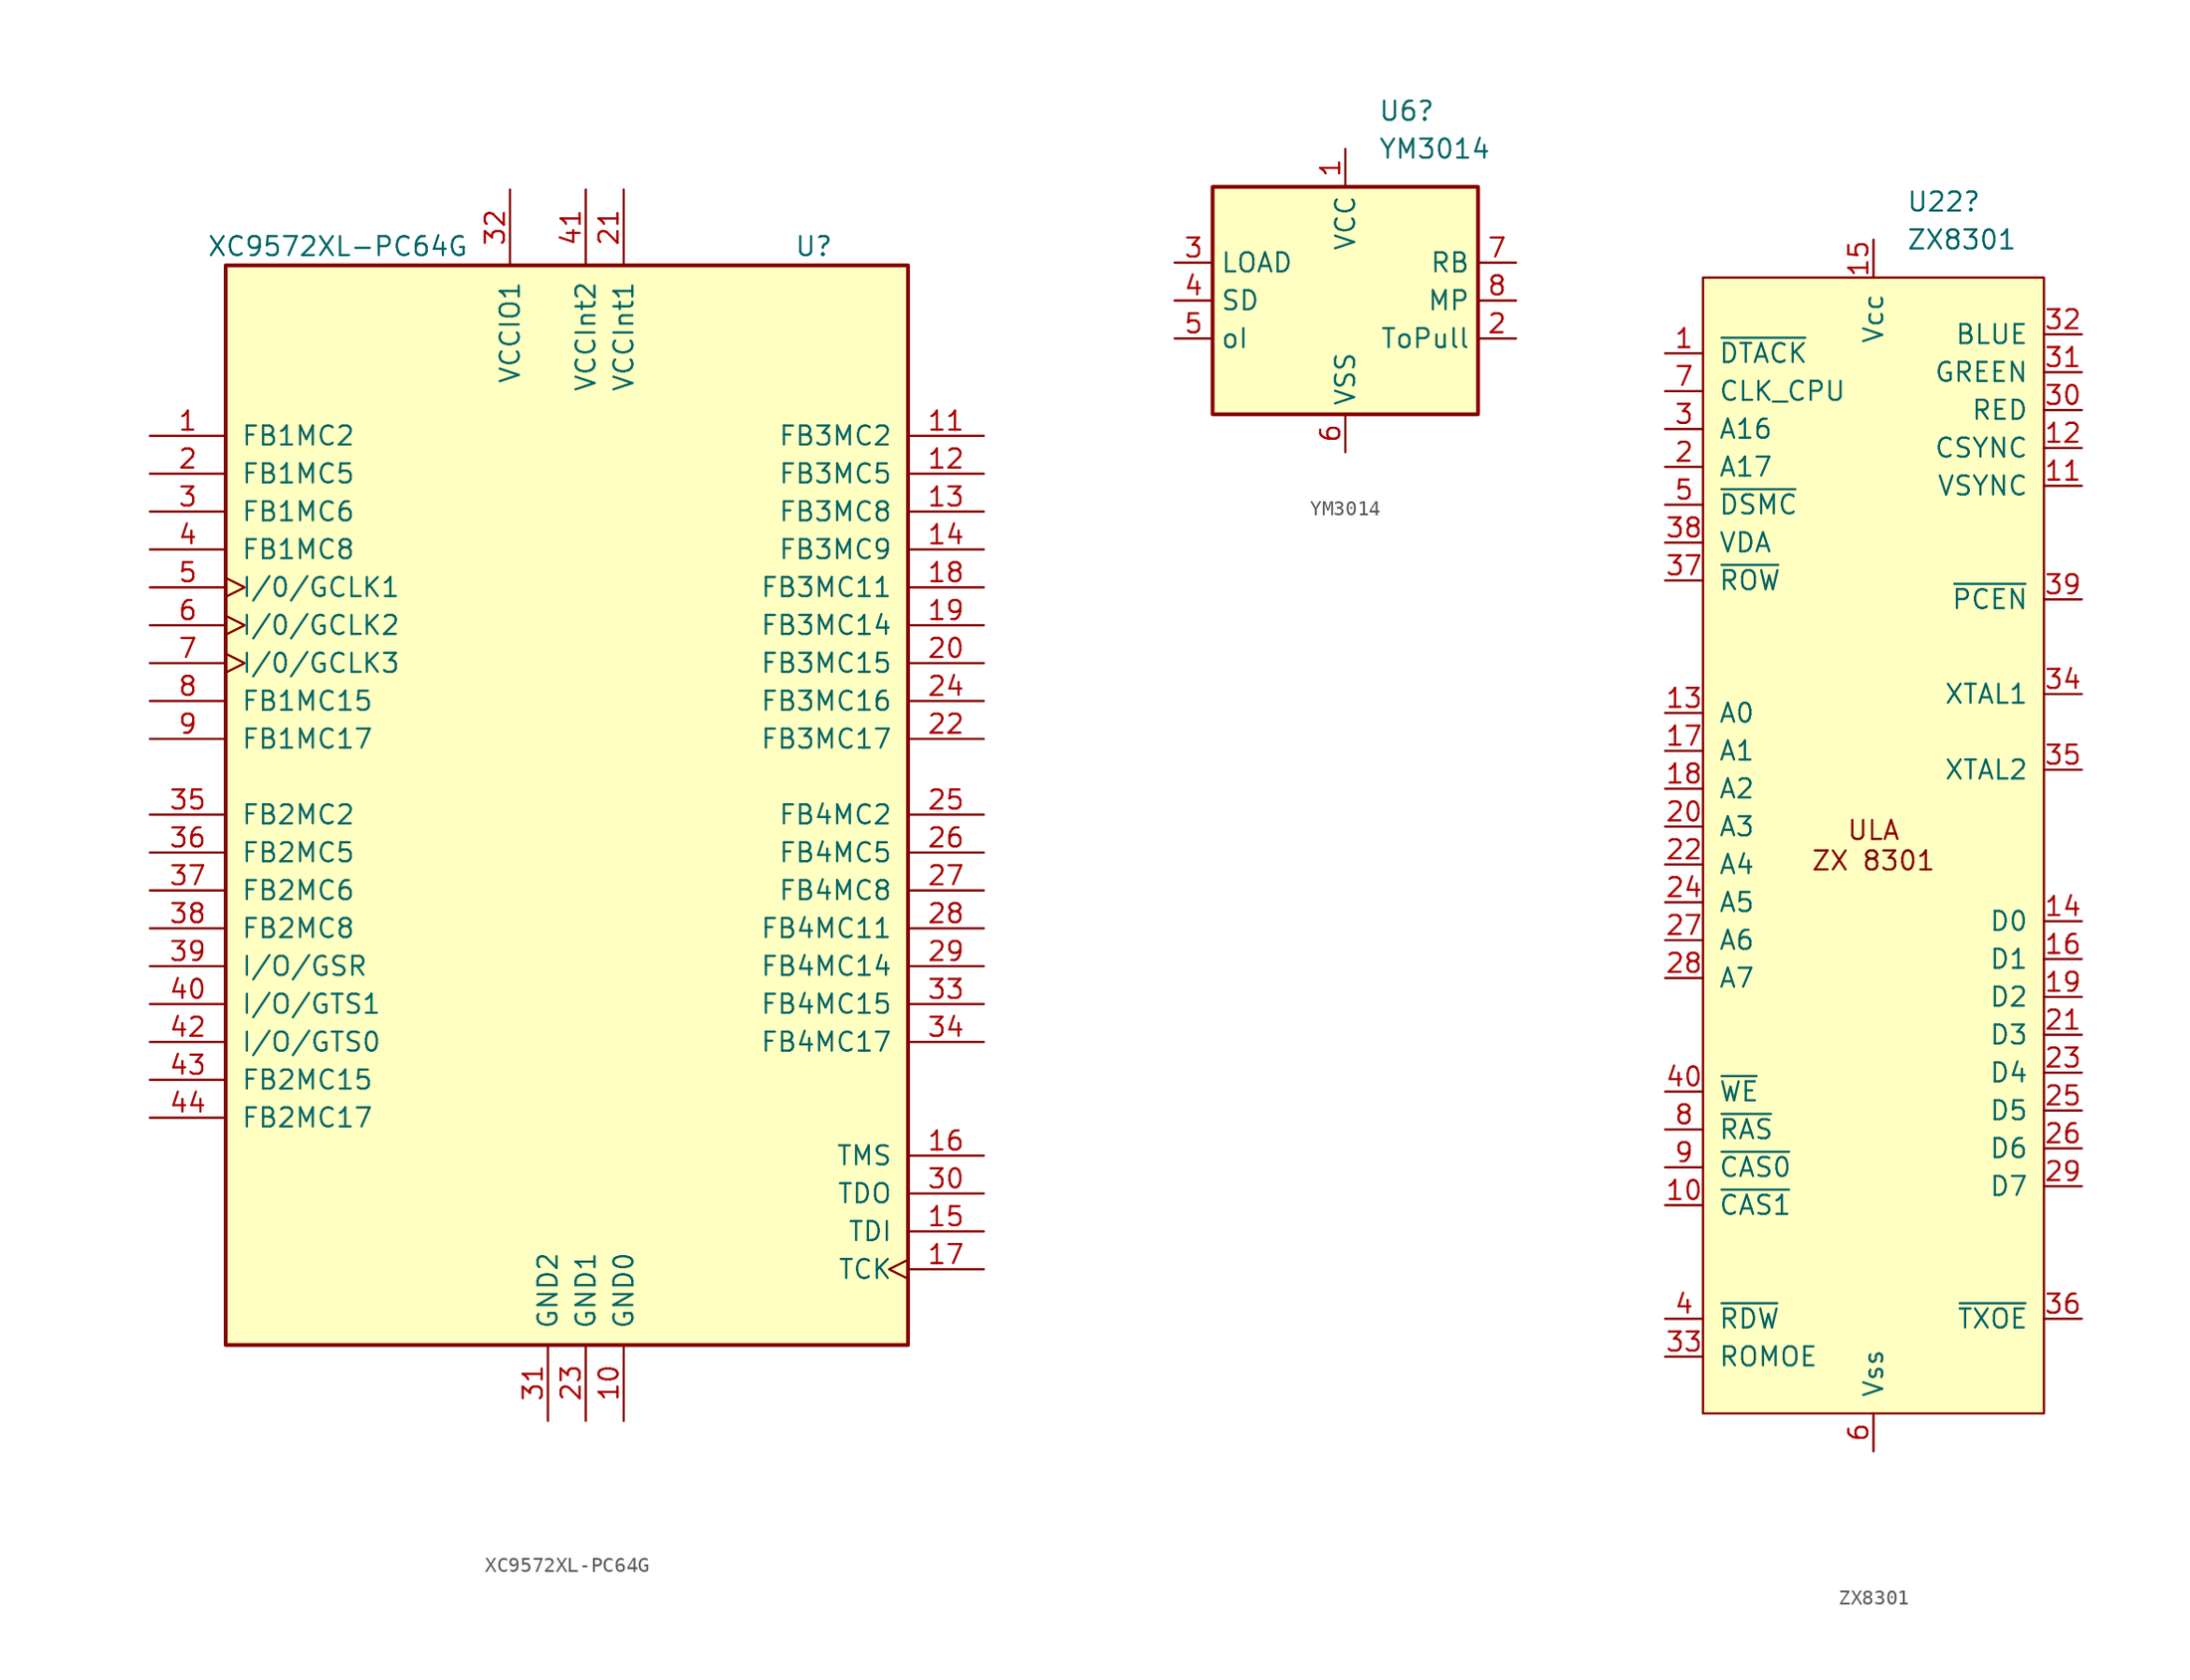
<source format=kicad_sym>
(kicad_symbol_lib
  (version 20241209)
  (generator "kicad_symbol_editor")
  (generator_version "9.0")
  (symbol "XC9572XL-PC64G"
    (pin_names
      (offset 1.016))
    (property "Reference" "U"
      (at 15.24 35.56 0)
      (effects (font (size 1.27 1.27)) (justify left)))
    (property "Value" "XC9572XL-PC64G"
      (at -24.13 35.56 0)
      (effects (font (size 1.27 1.27)) (justify left)))
    (symbol "XC9572XL-PC64G_1_1"
      (rectangle (start -22.86 34.29) (end 22.86 -38.1) (stroke (width 0.254) (type default)) (fill (type background)))
      (pin bidirectional line (at -27.94 22.86 0) (length 5.08) (name "FB1MC2" (effects (font (size 1.27 1.27)))) (number "1" (effects (font (size 1.27 1.27)))))
      (pin bidirectional line (at -27.94 20.32 0) (length 5.08) (name "FB1MC5" (effects (font (size 1.27 1.27)))) (number "2" (effects (font (size 1.27 1.27)))))
      (pin bidirectional line (at -27.94 17.78 0) (length 5.08) (name "FB1MC6" (effects (font (size 1.27 1.27)))) (number "3" (effects (font (size 1.27 1.27)))))
      (pin bidirectional line (at -27.94 15.24 0) (length 5.08) (name "FB1MC8" (effects (font (size 1.27 1.27)))) (number "4" (effects (font (size 1.27 1.27)))))
      (pin bidirectional clock (at -27.94 12.7 0) (length 5.08) (name "I/0/GCLK1" (effects (font (size 1.27 1.27)))) (number "5" (effects (font (size 1.27 1.27)))))
      (pin bidirectional clock (at -27.94 10.16 0) (length 5.08) (name "I/0/GCLK2" (effects (font (size 1.27 1.27)))) (number "6" (effects (font (size 1.27 1.27)))))
      (pin bidirectional clock (at -27.94 7.62 0) (length 5.08) (name "I/0/GCLK3" (effects (font (size 1.27 1.27)))) (number "7" (effects (font (size 1.27 1.27)))))
      (pin bidirectional line (at -27.94 5.08 0) (length 5.08) (name "FB1MC15" (effects (font (size 1.27 1.27)))) (number "8" (effects (font (size 1.27 1.27)))))
      (pin bidirectional line (at -27.94 2.54 0) (length 5.08) (name "FB1MC17" (effects (font (size 1.27 1.27)))) (number "9" (effects (font (size 1.27 1.27)))))
      (pin bidirectional line (at -27.94 -2.54 0) (length 5.08) (name "FB2MC2" (effects (font (size 1.27 1.27)))) (number "35" (effects (font (size 1.27 1.27)))))
      (pin bidirectional line (at -27.94 -5.08 0) (length 5.08) (name "FB2MC5" (effects (font (size 1.27 1.27)))) (number "36" (effects (font (size 1.27 1.27)))))
      (pin bidirectional line (at -27.94 -7.62 0) (length 5.08) (name "FB2MC6" (effects (font (size 1.27 1.27)))) (number "37" (effects (font (size 1.27 1.27)))))
      (pin bidirectional line (at -27.94 -10.16 0) (length 5.08) (name "FB2MC8" (effects (font (size 1.27 1.27)))) (number "38" (effects (font (size 1.27 1.27)))))
      (pin bidirectional line (at -27.94 -12.7 0) (length 5.08) (name "I/O/GSR" (effects (font (size 1.27 1.27)))) (number "39" (effects (font (size 1.27 1.27)))))
      (pin bidirectional line (at -27.94 -15.24 0) (length 5.08) (name "I/O/GTS1" (effects (font (size 1.27 1.27)))) (number "40" (effects (font (size 1.27 1.27)))))
      (pin bidirectional line (at -27.94 -17.78 0) (length 5.08) (name "I/O/GTS0" (effects (font (size 1.27 1.27)))) (number "42" (effects (font (size 1.27 1.27)))))
      (pin bidirectional line (at -27.94 -20.32 0) (length 5.08) (name "FB2MC15" (effects (font (size 1.27 1.27)))) (number "43" (effects (font (size 1.27 1.27)))))
      (pin bidirectional line (at -27.94 -22.86 0) (length 5.08) (name "FB2MC17" (effects (font (size 1.27 1.27)))) (number "44" (effects (font (size 1.27 1.27)))))
      (pin power_in line (at -3.81 39.37 270) (length 5.08) (name "VCCIO1" (effects (font (size 1.27 1.27)))) (number "32" (effects (font (size 1.27 1.27)))))
      (pin power_in line (at -1.27 -43.18 90) (length 5.08) (name "GND2" (effects (font (size 1.27 1.27)))) (number "31" (effects (font (size 1.27 1.27)))))
      (pin power_in line (at 1.27 39.37 270) (length 5.08) (name "VCCInt2" (effects (font (size 1.27 1.27)))) (number "41" (effects (font (size 1.27 1.27)))))
      (pin power_in line (at 1.27 -43.18 90) (length 5.08) (name "GND1" (effects (font (size 1.27 1.27)))) (number "23" (effects (font (size 1.27 1.27)))))
      (pin power_in line (at 3.81 39.37 270) (length 5.08) (name "VCCInt1" (effects (font (size 1.27 1.27)))) (number "21" (effects (font (size 1.27 1.27)))))
      (pin power_in line (at 3.81 -43.18 90) (length 5.08) (name "GND0" (effects (font (size 1.27 1.27)))) (number "10" (effects (font (size 1.27 1.27)))))
      (pin bidirectional line (at 27.94 22.86 180) (length 5.08) (name "FB3MC2" (effects (font (size 1.27 1.27)))) (number "11" (effects (font (size 1.27 1.27)))))
      (pin bidirectional line (at 27.94 20.32 180) (length 5.08) (name "FB3MC5" (effects (font (size 1.27 1.27)))) (number "12" (effects (font (size 1.27 1.27)))))
      (pin bidirectional line (at 27.94 17.78 180) (length 5.08) (name "FB3MC8" (effects (font (size 1.27 1.27)))) (number "13" (effects (font (size 1.27 1.27)))))
      (pin bidirectional line (at 27.94 15.24 180) (length 5.08) (name "FB3MC9" (effects (font (size 1.27 1.27)))) (number "14" (effects (font (size 1.27 1.27)))))
      (pin bidirectional line (at 27.94 12.7 180) (length 5.08) (name "FB3MC11" (effects (font (size 1.27 1.27)))) (number "18" (effects (font (size 1.27 1.27)))))
      (pin bidirectional line (at 27.94 10.16 180) (length 5.08) (name "FB3MC14" (effects (font (size 1.27 1.27)))) (number "19" (effects (font (size 1.27 1.27)))))
      (pin bidirectional line (at 27.94 7.62 180) (length 5.08) (name "FB3MC15" (effects (font (size 1.27 1.27)))) (number "20" (effects (font (size 1.27 1.27)))))
      (pin bidirectional line (at 27.94 5.08 180) (length 5.08) (name "FB3MC16" (effects (font (size 1.27 1.27)))) (number "24" (effects (font (size 1.27 1.27)))))
      (pin bidirectional line (at 27.94 2.54 180) (length 5.08) (name "FB3MC17" (effects (font (size 1.27 1.27)))) (number "22" (effects (font (size 1.27 1.27)))))
      (pin bidirectional line (at 27.94 -2.54 180) (length 5.08) (name "FB4MC2" (effects (font (size 1.27 1.27)))) (number "25" (effects (font (size 1.27 1.27)))))
      (pin bidirectional line (at 27.94 -5.08 180) (length 5.08) (name "FB4MC5" (effects (font (size 1.27 1.27)))) (number "26" (effects (font (size 1.27 1.27)))))
      (pin bidirectional line (at 27.94 -7.62 180) (length 5.08) (name "FB4MC8" (effects (font (size 1.27 1.27)))) (number "27" (effects (font (size 1.27 1.27)))))
      (pin bidirectional line (at 27.94 -10.16 180) (length 5.08) (name "FB4MC11" (effects (font (size 1.27 1.27)))) (number "28" (effects (font (size 1.27 1.27)))))
      (pin bidirectional line (at 27.94 -12.7 180) (length 5.08) (name "FB4MC14" (effects (font (size 1.27 1.27)))) (number "29" (effects (font (size 1.27 1.27)))))
      (pin bidirectional line (at 27.94 -15.24 180) (length 5.08) (name "FB4MC15" (effects (font (size 1.27 1.27)))) (number "33" (effects (font (size 1.27 1.27)))))
      (pin bidirectional line (at 27.94 -17.78 180) (length 5.08) (name "FB4MC17" (effects (font (size 1.27 1.27)))) (number "34" (effects (font (size 1.27 1.27)))))
      (pin bidirectional line (at 27.94 -25.4 180) (length 5.08) (name "TMS" (effects (font (size 1.27 1.27)))) (number "16" (effects (font (size 1.27 1.27)))))
      (pin bidirectional line (at 27.94 -27.94 180) (length 5.08) (name "TDO" (effects (font (size 1.27 1.27)))) (number "30" (effects (font (size 1.27 1.27)))))
      (pin bidirectional line (at 27.94 -30.48 180) (length 5.08) (name "TDI" (effects (font (size 1.27 1.27)))) (number "15" (effects (font (size 1.27 1.27)))))
      (pin bidirectional clock (at 27.94 -33.02 180) (length 5.08) (name "TCK" (effects (font (size 1.27 1.27)))) (number "17" (effects (font (size 1.27 1.27)))))))
  (symbol "YM3014"
    (property "Reference" "U6"
      (at 2.194 12.7 0)
      (effects (font (size 1.27 1.27)) (justify left)))
    (property "Value" "YM3014"
      (at 2.194 10.16 0)
      (effects (font (size 1.27 1.27)) (justify left)))
    (symbol "YM3014_0_1"
      (rectangle (start -8.89 7.62) (end 8.89 -7.62) (stroke (width 0.254) (type default)) (fill (type background))))
    (symbol "YM3014_1_1"
      (pin input line (at -11.43 2.54 0) (length 2.54) (name "LOAD" (effects (font (size 1.27 1.27)))) (number "3" (effects (font (size 1.27 1.27)))))
      (pin input line (at -11.43 0 0) (length 2.54) (name "SD" (effects (font (size 1.27 1.27)))) (number "4" (effects (font (size 1.27 1.27)))))
      (pin input line (at -11.43 -2.54 0) (length 2.54) (name "oI" (effects (font (size 1.27 1.27)))) (number "5" (effects (font (size 1.27 1.27)))))
      (pin power_in line (at 0 10.16 270) (length 2.54) (name "VCC" (effects (font (size 1.27 1.27)))) (number "1" (effects (font (size 1.27 1.27)))))
      (pin power_in line (at 0 -10.16 90) (length 2.54) (name "VSS" (effects (font (size 1.27 1.27)))) (number "6" (effects (font (size 1.27 1.27)))))
      (pin output line (at 11.43 2.54 180) (length 2.54) (name "RB" (effects (font (size 1.27 1.27)))) (number "7" (effects (font (size 1.27 1.27)))))
      (pin output line (at 11.43 0 180) (length 2.54) (name "MP" (effects (font (size 1.27 1.27)))) (number "8" (effects (font (size 1.27 1.27)))))
      (pin output line (at 11.43 -2.54 180) (length 2.54) (name "ToPull" (effects (font (size 1.27 1.27)))) (number "2" (effects (font (size 1.27 1.27)))))))
  (symbol "ZX8301"
    (pin_names
      (offset 1.016))
    (property "Reference" "U22"
      (at 2.194 41.91 0)
      (effects (font (size 1.27 1.27)) (justify left)))
    (property "Value" "ZX8301"
      (at 2.194 39.37 0)
      (effects (font (size 1.27 1.27)) (justify left)))
    (symbol "ZX8301_0_1"
      (rectangle (start -11.43 36.83) (end 11.43 -39.37) (stroke (width 0) (type default)) (fill (type background))))
    (symbol "ZX8301_1_1"
      (text "ULA\nZX 8301" (at 0 -1.27 0) (effects (font (size 1.27 1.27))))
      (pin output line (at -13.97 31.75 0) (length 2.54) (name "~{DTACK}" (effects (font (size 1.27 1.27)))) (number "1" (effects (font (size 1.27 1.27)))))
      (pin output line (at -13.97 29.21 0) (length 2.54) (name "CLK_CPU" (effects (font (size 1.27 1.27)))) (number "7" (effects (font (size 1.27 1.27)))))
      (pin input line (at -13.97 26.67 0) (length 2.54) (name "A16" (effects (font (size 1.27 1.27)))) (number "3" (effects (font (size 1.27 1.27)))))
      (pin input line (at -13.97 24.13 0) (length 2.54) (name "A17" (effects (font (size 1.27 1.27)))) (number "2" (effects (font (size 1.27 1.27)))))
      (pin input line (at -13.97 21.59 0) (length 2.54) (name "~{DSMC}" (effects (font (size 1.27 1.27)))) (number "5" (effects (font (size 1.27 1.27)))))
      (pin output line (at -13.97 19.05 0) (length 2.54) (name "VDA" (effects (font (size 1.27 1.27)))) (number "38" (effects (font (size 1.27 1.27)))))
      (pin output line (at -13.97 16.51 0) (length 2.54) (name "~{ROW}" (effects (font (size 1.27 1.27)))) (number "37" (effects (font (size 1.27 1.27)))))
      (pin output line (at -13.97 7.62 0) (length 2.54) (name "A0" (effects (font (size 1.27 1.27)))) (number "13" (effects (font (size 1.27 1.27)))))
      (pin output line (at -13.97 5.08 0) (length 2.54) (name "A1" (effects (font (size 1.27 1.27)))) (number "17" (effects (font (size 1.27 1.27)))))
      (pin output line (at -13.97 2.54 0) (length 2.54) (name "A2" (effects (font (size 1.27 1.27)))) (number "18" (effects (font (size 1.27 1.27)))))
      (pin output line (at -13.97 0 0) (length 2.54) (name "A3" (effects (font (size 1.27 1.27)))) (number "20" (effects (font (size 1.27 1.27)))))
      (pin output line (at -13.97 -2.54 0) (length 2.54) (name "A4" (effects (font (size 1.27 1.27)))) (number "22" (effects (font (size 1.27 1.27)))))
      (pin output line (at -13.97 -5.08 0) (length 2.54) (name "A5" (effects (font (size 1.27 1.27)))) (number "24" (effects (font (size 1.27 1.27)))))
      (pin output line (at -13.97 -7.62 0) (length 2.54) (name "A6" (effects (font (size 1.27 1.27)))) (number "27" (effects (font (size 1.27 1.27)))))
      (pin output line (at -13.97 -10.16 0) (length 2.54) (name "A7" (effects (font (size 1.27 1.27)))) (number "28" (effects (font (size 1.27 1.27)))))
      (pin output line (at -13.97 -17.78 0) (length 2.54) (name "~{WE}" (effects (font (size 1.27 1.27)))) (number "40" (effects (font (size 1.27 1.27)))))
      (pin output line (at -13.97 -20.32 0) (length 2.54) (name "~{RAS}" (effects (font (size 1.27 1.27)))) (number "8" (effects (font (size 1.27 1.27)))))
      (pin output line (at -13.97 -22.86 0) (length 2.54) (name "~{CAS0}" (effects (font (size 1.27 1.27)))) (number "9" (effects (font (size 1.27 1.27)))))
      (pin output line (at -13.97 -25.4 0) (length 2.54) (name "~{CAS1}" (effects (font (size 1.27 1.27)))) (number "10" (effects (font (size 1.27 1.27)))))
      (pin output line (at -13.97 -33.02 0) (length 2.54) (name "~{RDW}" (effects (font (size 1.27 1.27)))) (number "4" (effects (font (size 1.27 1.27)))))
      (pin output line (at -13.97 -35.56 0) (length 2.54) (name "ROMOE" (effects (font (size 1.27 1.27)))) (number "33" (effects (font (size 1.27 1.27)))))
      (pin power_in line (at 0 39.37 270) (length 2.54) (name "Vcc" (effects (font (size 1.27 1.27)))) (number "15" (effects (font (size 1.27 1.27)))))
      (pin power_in line (at 0 -41.91 90) (length 2.54) (name "Vss" (effects (font (size 1.27 1.27)))) (number "6" (effects (font (size 1.27 1.27)))))
      (pin output line (at 13.97 33.02 180) (length 2.54) (name "BLUE" (effects (font (size 1.27 1.27)))) (number "32" (effects (font (size 1.27 1.27)))))
      (pin output line (at 13.97 30.48 180) (length 2.54) (name "GREEN" (effects (font (size 1.27 1.27)))) (number "31" (effects (font (size 1.27 1.27)))))
      (pin output line (at 13.97 27.94 180) (length 2.54) (name "RED" (effects (font (size 1.27 1.27)))) (number "30" (effects (font (size 1.27 1.27)))))
      (pin output line (at 13.97 25.4 180) (length 2.54) (name "CSYNC" (effects (font (size 1.27 1.27)))) (number "12" (effects (font (size 1.27 1.27)))))
      (pin output line (at 13.97 22.86 180) (length 2.54) (name "VSYNC" (effects (font (size 1.27 1.27)))) (number "11" (effects (font (size 1.27 1.27)))))
      (pin passive line (at 13.97 15.24 180) (length 2.54) (name "~{PCEN}" (effects (font (size 1.27 1.27)))) (number "39" (effects (font (size 1.27 1.27)))))
      (pin passive line (at 13.97 8.89 180) (length 2.54) (name "XTAL1" (effects (font (size 1.27 1.27)))) (number "34" (effects (font (size 1.27 1.27)))))
      (pin passive line (at 13.97 3.81 180) (length 2.54) (name "XTAL2" (effects (font (size 1.27 1.27)))) (number "35" (effects (font (size 1.27 1.27)))))
      (pin bidirectional line (at 13.97 -6.35 180) (length 2.54) (name "D0" (effects (font (size 1.27 1.27)))) (number "14" (effects (font (size 1.27 1.27)))))
      (pin bidirectional line (at 13.97 -8.89 180) (length 2.54) (name "D1" (effects (font (size 1.27 1.27)))) (number "16" (effects (font (size 1.27 1.27)))))
      (pin bidirectional line (at 13.97 -11.43 180) (length 2.54) (name "D2" (effects (font (size 1.27 1.27)))) (number "19" (effects (font (size 1.27 1.27)))))
      (pin bidirectional line (at 13.97 -13.97 180) (length 2.54) (name "D3" (effects (font (size 1.27 1.27)))) (number "21" (effects (font (size 1.27 1.27)))))
      (pin bidirectional line (at 13.97 -16.51 180) (length 2.54) (name "D4" (effects (font (size 1.27 1.27)))) (number "23" (effects (font (size 1.27 1.27)))))
      (pin bidirectional line (at 13.97 -19.05 180) (length 2.54) (name "D5" (effects (font (size 1.27 1.27)))) (number "25" (effects (font (size 1.27 1.27)))))
      (pin bidirectional line (at 13.97 -21.59 180) (length 2.54) (name "D6" (effects (font (size 1.27 1.27)))) (number "26" (effects (font (size 1.27 1.27)))))
      (pin bidirectional line (at 13.97 -24.13 180) (length 2.54) (name "D7" (effects (font (size 1.27 1.27)))) (number "29" (effects (font (size 1.27 1.27)))))
      (pin passive line (at 13.97 -33.02 180) (length 2.54) (name "~{TXOE}" (effects (font (size 1.27 1.27)))) (number "36" (effects (font (size 1.27 1.27))))))))
</source>
